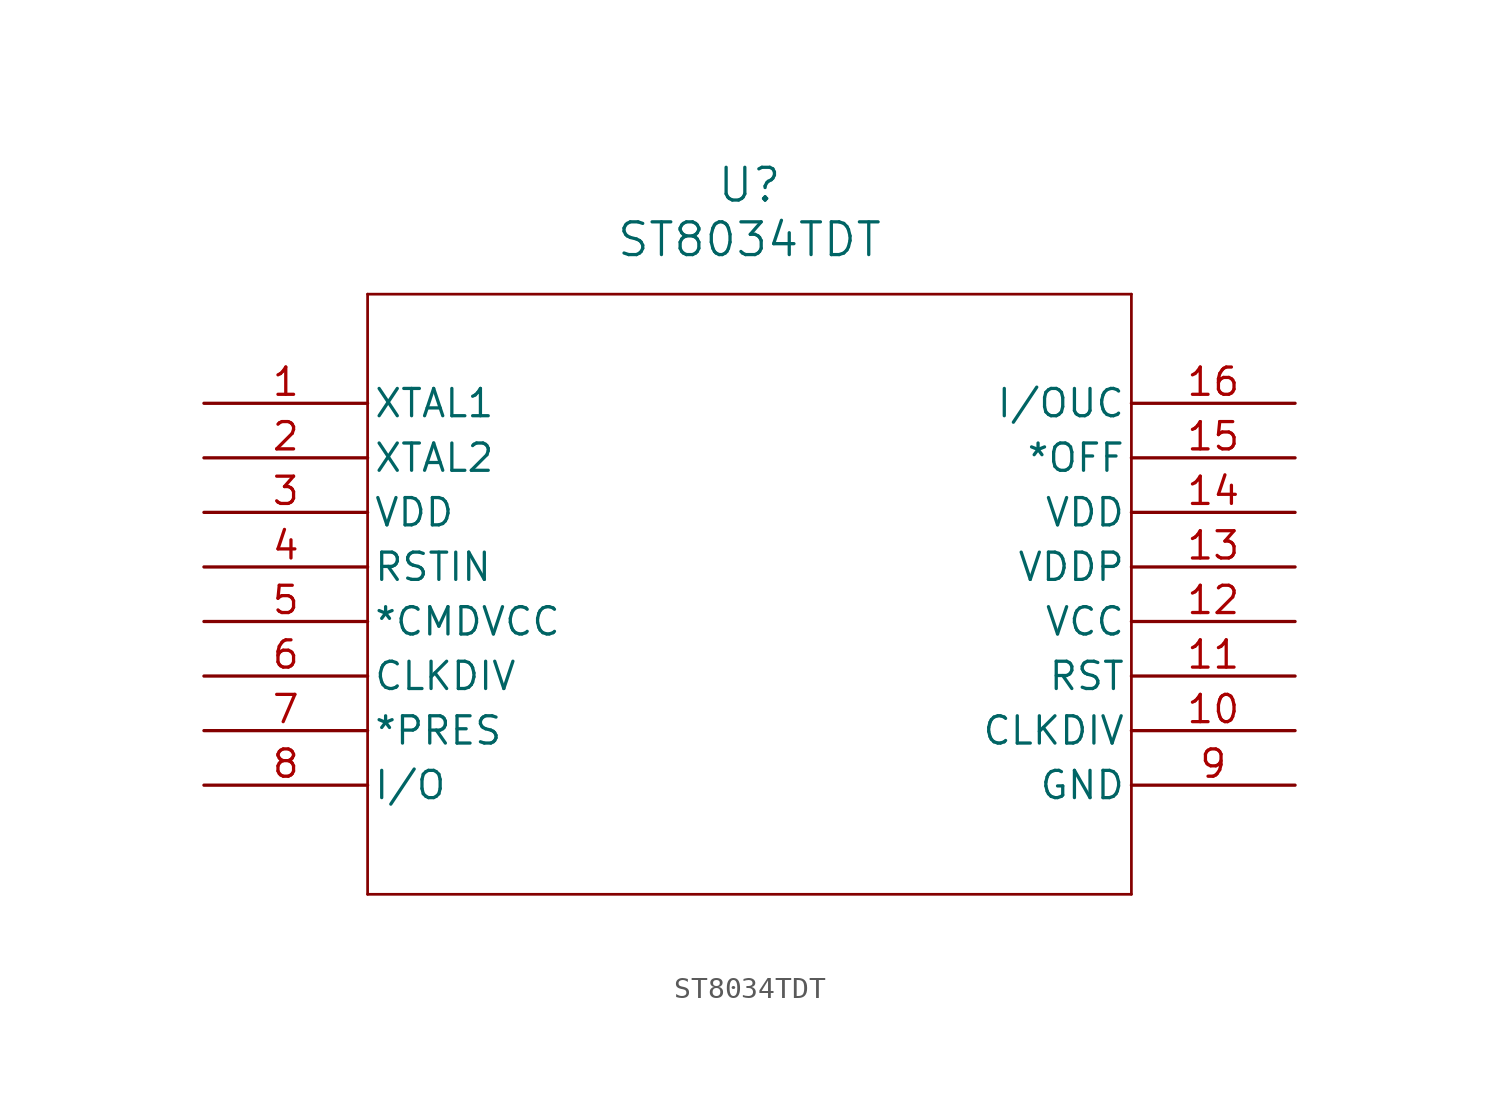
<source format=kicad_sym>
(kicad_symbol_lib
  (version 20231120)
  (generator "kicad_symbol_editor")
  (generator_version "8.0")
  (symbol "ST8034TDT"
    (pin_names
      (offset 0.254))
    (property "Reference" "U"
      (at 25.4 10.16 0)
      (effects (font (size 1.524 1.524))))
    (property "Value" "ST8034TDT"
      (at 25.4 7.62 0)
      (effects (font (size 1.524 1.524))))
    (symbol "ST8034TDT_0_1"
      (polyline (pts (xy 7.62 -22.86) (xy 43.18 -22.86)) (stroke (width 0.127) (type default)) (fill (type none)))
      (polyline (pts (xy 7.62 5.08) (xy 7.62 -22.86)) (stroke (width 0.127) (type default)) (fill (type none)))
      (polyline (pts (xy 43.18 -22.86) (xy 43.18 5.08)) (stroke (width 0.127) (type default)) (fill (type none)))
      (polyline (pts (xy 43.18 5.08) (xy 7.62 5.08)) (stroke (width 0.127) (type default)) (fill (type none)))
      (pin input line (at 0 0 0) (length 7.62) (name "XTAL1" (effects (font (size 1.27 1.27)))) (number "1" (effects (font (size 1.27 1.27)))))
      (pin unspecified line (at 50.8 -15.24 180) (length 7.62) (name "CLKDIV" (effects (font (size 1.27 1.27)))) (number "10" (effects (font (size 1.27 1.27)))))
      (pin output line (at 50.8 -12.7 180) (length 7.62) (name "RST" (effects (font (size 1.27 1.27)))) (number "11" (effects (font (size 1.27 1.27)))))
      (pin power_in line (at 50.8 -10.16 180) (length 7.62) (name "VCC" (effects (font (size 1.27 1.27)))) (number "12" (effects (font (size 1.27 1.27)))))
      (pin power_in line (at 50.8 -7.62 180) (length 7.62) (name "VDDP" (effects (font (size 1.27 1.27)))) (number "13" (effects (font (size 1.27 1.27)))))
      (pin power_in line (at 50.8 -5.08 180) (length 7.62) (name "VDD" (effects (font (size 1.27 1.27)))) (number "14" (effects (font (size 1.27 1.27)))))
      (pin output line (at 50.8 -2.54 180) (length 7.62) (name "*OFF" (effects (font (size 1.27 1.27)))) (number "15" (effects (font (size 1.27 1.27)))))
      (pin bidirectional line (at 50.8 0 180) (length 7.62) (name "I/OUC" (effects (font (size 1.27 1.27)))) (number "16" (effects (font (size 1.27 1.27)))))
      (pin unspecified line (at 0 -2.54 0) (length 7.62) (name "XTAL2" (effects (font (size 1.27 1.27)))) (number "2" (effects (font (size 1.27 1.27)))))
      (pin power_in line (at 0 -5.08 0) (length 7.62) (name "VDD" (effects (font (size 1.27 1.27)))) (number "3" (effects (font (size 1.27 1.27)))))
      (pin input line (at 0 -7.62 0) (length 7.62) (name "RSTIN" (effects (font (size 1.27 1.27)))) (number "4" (effects (font (size 1.27 1.27)))))
      (pin power_in line (at 0 -10.16 0) (length 7.62) (name "*CMDVCC" (effects (font (size 1.27 1.27)))) (number "5" (effects (font (size 1.27 1.27)))))
      (pin unspecified line (at 0 -12.7 0) (length 7.62) (name "CLKDIV" (effects (font (size 1.27 1.27)))) (number "6" (effects (font (size 1.27 1.27)))))
      (pin input line (at 0 -15.24 0) (length 7.62) (name "*PRES" (effects (font (size 1.27 1.27)))) (number "7" (effects (font (size 1.27 1.27)))))
      (pin bidirectional line (at 0 -17.78 0) (length 7.62) (name "I/O" (effects (font (size 1.27 1.27)))) (number "8" (effects (font (size 1.27 1.27)))))
      (pin power_in line (at 50.8 -17.78 180) (length 7.62) (name "GND" (effects (font (size 1.27 1.27)))) (number "9" (effects (font (size 1.27 1.27))))))))
</source>
